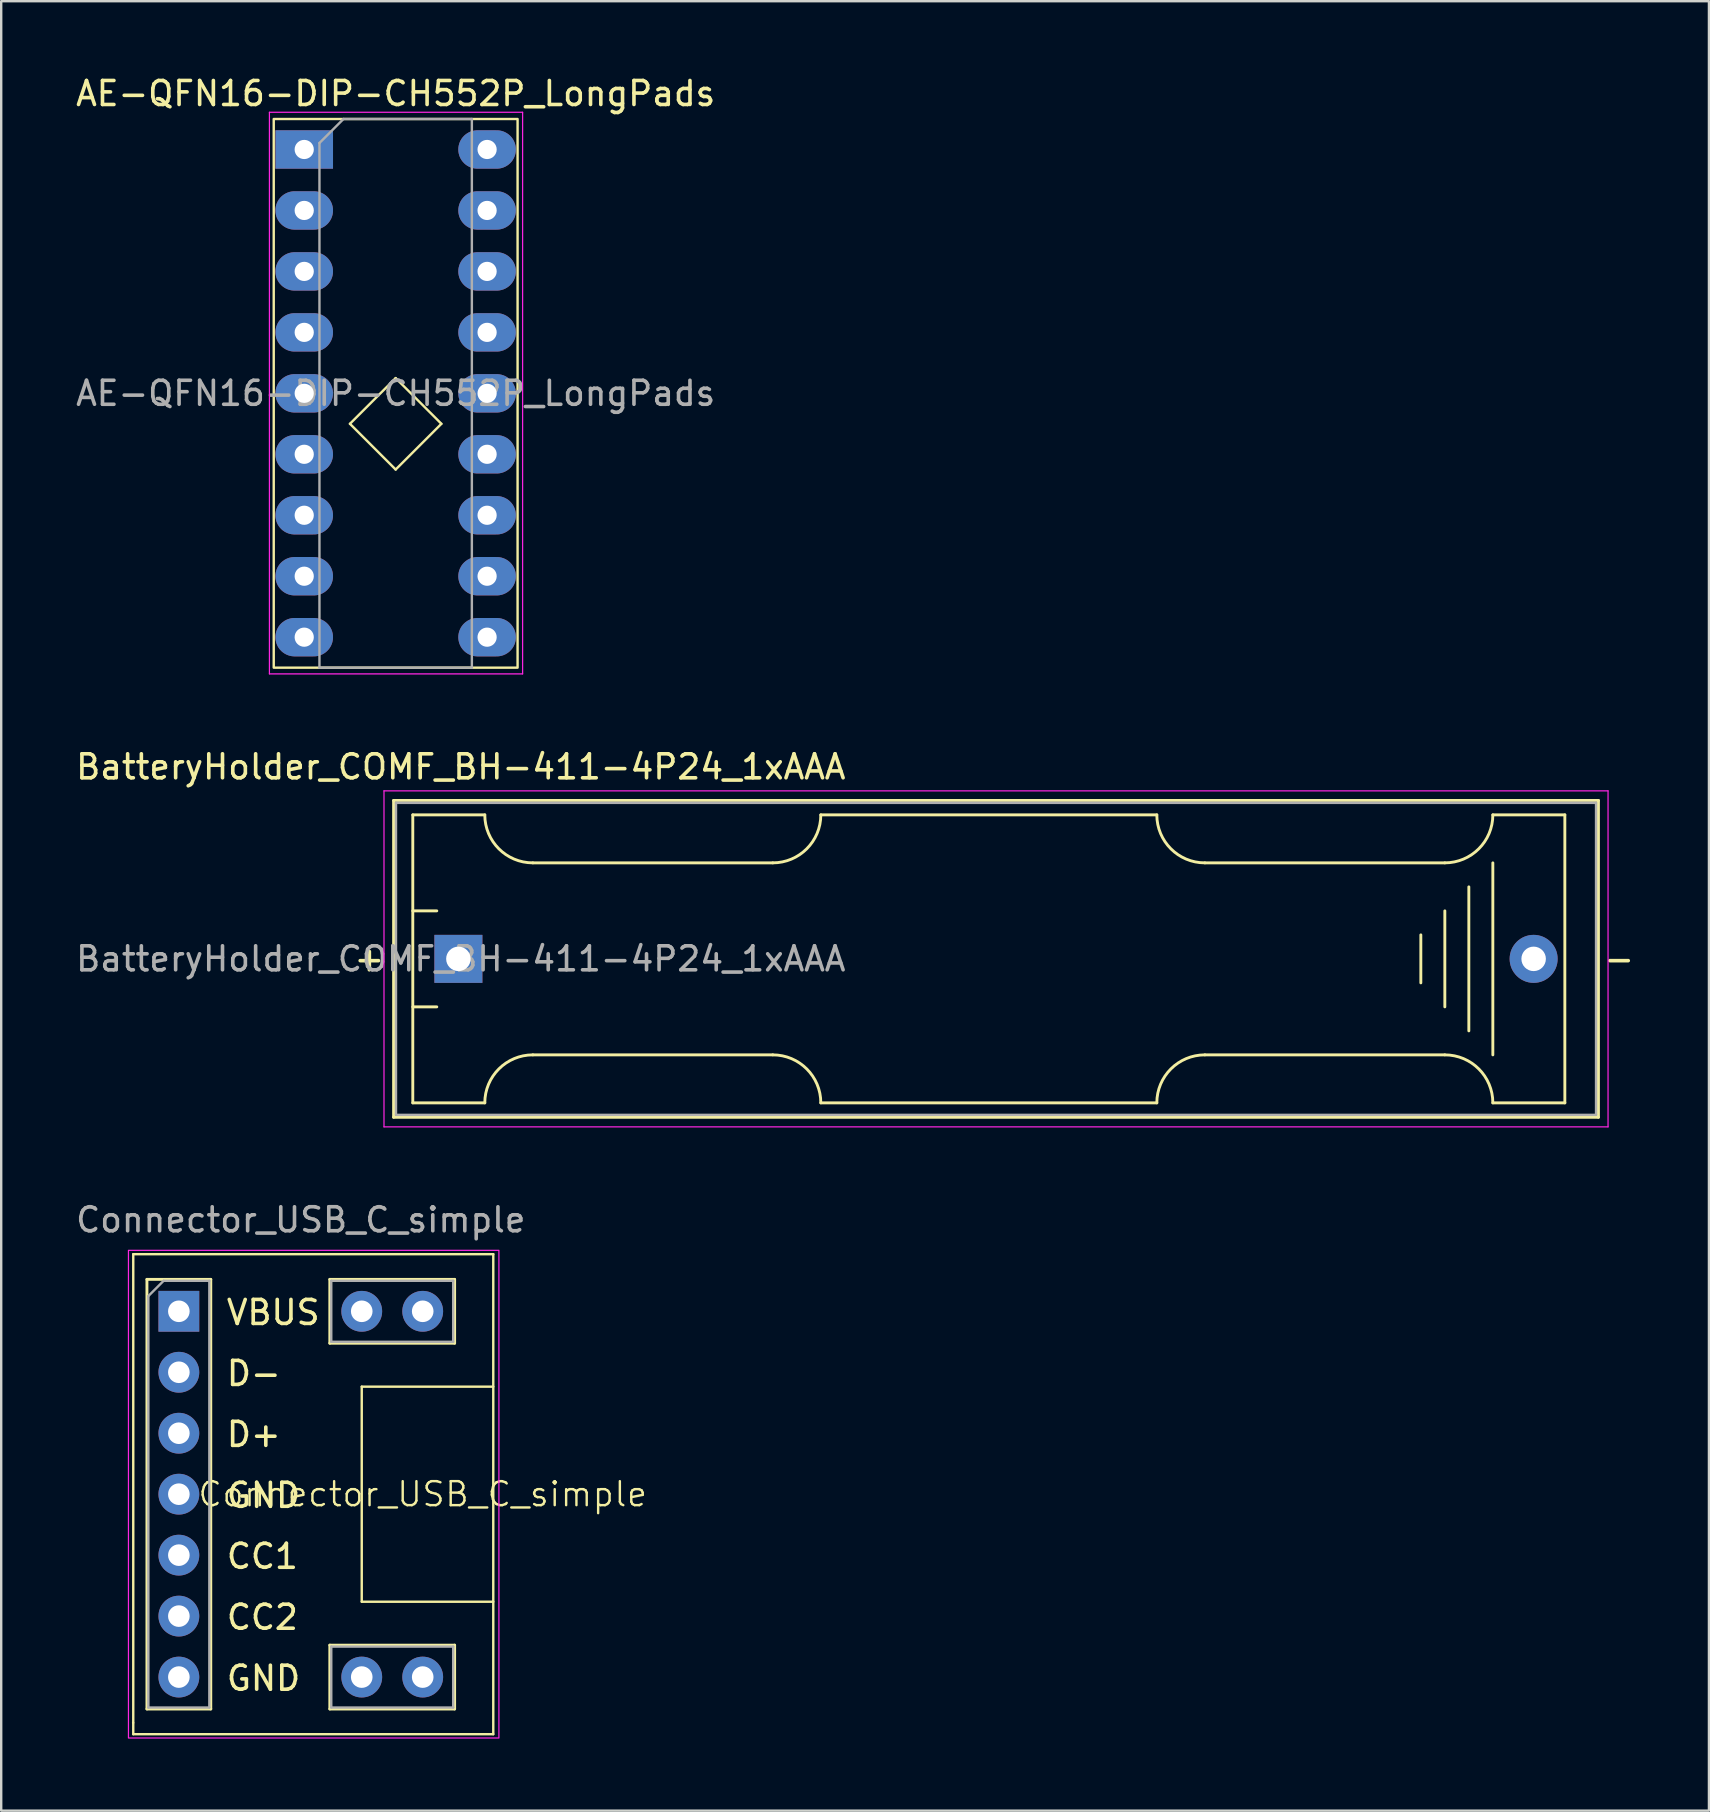
<source format=kicad_pcb>
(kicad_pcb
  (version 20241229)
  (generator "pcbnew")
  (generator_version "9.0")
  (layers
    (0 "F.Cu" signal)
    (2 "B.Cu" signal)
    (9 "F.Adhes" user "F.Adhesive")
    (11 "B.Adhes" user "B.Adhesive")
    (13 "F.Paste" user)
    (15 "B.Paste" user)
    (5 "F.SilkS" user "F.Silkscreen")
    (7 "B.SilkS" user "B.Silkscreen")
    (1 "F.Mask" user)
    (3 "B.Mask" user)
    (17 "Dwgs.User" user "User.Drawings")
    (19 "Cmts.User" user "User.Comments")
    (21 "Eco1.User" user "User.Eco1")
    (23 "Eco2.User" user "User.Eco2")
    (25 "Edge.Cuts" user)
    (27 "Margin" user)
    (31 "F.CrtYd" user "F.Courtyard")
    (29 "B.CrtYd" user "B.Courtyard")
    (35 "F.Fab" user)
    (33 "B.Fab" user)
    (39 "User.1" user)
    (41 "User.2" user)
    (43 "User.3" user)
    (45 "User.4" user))
  (footprint "BatteryHolder_COMF_BH-411-4P24_1xAAA"
    (layer "F.Cu")
    (at 16.049 36.901)
    (property "Reference" "BatteryHolder_COMF_BH-411-4P24_1xAAA" (at 0.1 -8 180) (layer "F.SilkS") (effects (font (size 1 1) (thickness 0.15))))
    (attr through_hole)
    (fp_line (start -2.7 -6.6) (end -2.7 6.6) (stroke (width 0.12) (type solid)) (layer "F.SilkS"))
    (fp_line (start -2.7 6.6) (end 47.5 6.6) (stroke (width 0.12) (type solid)) (layer "F.SilkS"))
    (fp_line (start -1.9 -6) (end -1.9 6) (stroke (width 0.12) (type solid)) (layer "F.SilkS"))
    (fp_line (start -1.9 -6) (end 1.1 -6) (stroke (width 0.12) (type solid)) (layer "F.SilkS"))
    (fp_line (start -1.9 -2) (end -0.9 -2) (stroke (width 0.12) (type solid)) (layer "F.SilkS"))
    (fp_line (start -1.9 6) (end 1.1 6) (stroke (width 0.12) (type solid)) (layer "F.SilkS"))
    (fp_line (start -0.9 2) (end -1.9 2) (stroke (width 0.12) (type solid)) (layer "F.SilkS"))
    (fp_line (start 3.1 -4) (end 13.1 -4) (stroke (width 0.12) (type solid)) (layer "F.SilkS"))
    (fp_line (start 3.1 4) (end 13.1 4) (stroke (width 0.12) (type solid)) (layer "F.SilkS"))
    (fp_line (start 15.1 6) (end 29.1 6) (stroke (width 0.12) (type solid)) (layer "F.SilkS"))
    (fp_line (start 29.1 -6) (end 15.1 -6) (stroke (width 0.12) (type solid)) (layer "F.SilkS"))
    (fp_line (start 40.1 -1) (end 40.1 1) (stroke (width 0.12) (type solid)) (layer "F.SilkS"))
    (fp_line (start 41.1 -4) (end 31.1 -4) (stroke (width 0.12) (type solid)) (layer "F.SilkS"))
    (fp_line (start 41.1 -2) (end 41.1 2) (stroke (width 0.12) (type solid)) (layer "F.SilkS"))
    (fp_line (start 41.1 4) (end 31.1 4) (stroke (width 0.12) (type solid)) (layer "F.SilkS"))
    (fp_line (start 42.1 3) (end 42.1 -3) (stroke (width 0.12) (type solid)) (layer "F.SilkS"))
    (fp_line (start 43.1 -4) (end 43.1 4) (stroke (width 0.12) (type solid)) (layer "F.SilkS"))
    (fp_line (start 46.1 -6) (end 43.1 -6) (stroke (width 0.12) (type solid)) (layer "F.SilkS"))
    (fp_line (start 46.1 -6) (end 46.1 6) (stroke (width 0.12) (type solid)) (layer "F.SilkS"))
    (fp_line (start 46.1 6) (end 43.1 6) (stroke (width 0.12) (type solid)) (layer "F.SilkS"))
    (fp_line (start 47.5 -6.6) (end -2.7 -6.6) (stroke (width 0.12) (type solid)) (layer "F.SilkS"))
    (fp_line (start 47.5 6.6) (end 47.5 -6.6) (stroke (width 0.12) (type solid)) (layer "F.SilkS"))
    (fp_arc (start 1.1 6) (mid 1.685786 4.585786) (end 3.1 4) (stroke (width 0.12) (type solid)) (layer "F.SilkS"))
    (fp_arc (start 3.1 -4) (mid 1.685786 -4.585786) (end 1.1 -6) (stroke (width 0.12) (type solid)) (layer "F.SilkS"))
    (fp_arc (start 13.1 4) (mid 14.514214 4.585786) (end 15.1 6) (stroke (width 0.12) (type solid)) (layer "F.SilkS"))
    (fp_arc (start 15.1 -6) (mid 14.514214 -4.585786) (end 13.1 -4) (stroke (width 0.12) (type solid)) (layer "F.SilkS"))
    (fp_arc (start 29.1 6) (mid 29.685786 4.585786) (end 31.1 4) (stroke (width 0.12) (type solid)) (layer "F.SilkS"))
    (fp_arc (start 31.1 -4) (mid 29.685786 -4.585786) (end 29.1 -6) (stroke (width 0.12) (type solid)) (layer "F.SilkS"))
    (fp_arc (start 41.1 4) (mid 42.514214 4.585786) (end 43.1 6) (stroke (width 0.12) (type solid)) (layer "F.SilkS"))
    (fp_arc (start 43.1 -6) (mid 42.514214 -4.585786) (end 41.1 -4) (stroke (width 0.12) (type solid)) (layer "F.SilkS"))
    (fp_line (start -3.1 -7) (end -3.1 7) (stroke (width 0.05) (type solid)) (layer "F.CrtYd"))
    (fp_line (start -3.1 7) (end 47.9 7) (stroke (width 0.05) (type solid)) (layer "F.CrtYd"))
    (fp_line (start 47.9 -7) (end -3.1 -7) (stroke (width 0.05) (type solid)) (layer "F.CrtYd"))
    (fp_line (start 47.9 7) (end 47.9 -7) (stroke (width 0.05) (type solid)) (layer "F.CrtYd"))
    (fp_line (start -2.6 -6.5) (end 47.4 -6.5) (stroke (width 0.1) (type solid)) (layer "F.Fab"))
    (fp_line (start -2.6 0) (end -2.6 -6.5) (stroke (width 0.1) (type solid)) (layer "F.Fab"))
    (fp_line (start -2.6 6.5) (end -2.6 0) (stroke (width 0.1) (type solid)) (layer "F.Fab"))
    (fp_line (start 47.4 -6.5) (end 47.4 6.5) (stroke (width 0.1) (type solid)) (layer "F.Fab"))
    (fp_line (start 47.4 6.5) (end -2.6 6.5) (stroke (width 0.1) (type solid)) (layer "F.Fab"))
    (fp_text user "-" (at 48.36 0 0) (layer "F.SilkS") (effects (font (size 1 1) (thickness 0.15))))
    (fp_text user "+" (at -3.71 0 0) (layer "F.SilkS") (effects (font (size 1 1) (thickness 0.15))))
    (fp_text user "${REFERENCE}" (at 0.1 0 0) (layer "F.Fab") (effects (font (size 1 1) (thickness 0.15))))
    (pad "1" thru_hole rect (at 0 0) (size 2 2) (drill 1.02) (layers "*.Cu" "*.Mask"))
    (pad "2" thru_hole circle (at 44.8 0) (size 2 2) (drill 1.02) (layers "*.Cu" "*.Mask")))
  (footprint "Connector_USB_C_simple"
    (layer "F.Cu")
    (at 4.402 51.585)
    (property "Reference" "Connector_USB_C_simple" (at 10.16 7.62 0) (unlocked yes) (layer "F.SilkS") (effects (font (size 1 1) (thickness 0.1))))
    (attr through_hole)
    (fp_line (start -1.905 17.145) (end -1.905 17.145) (stroke (width 0.1) (type default)) (layer "F.SilkS"))
    (fp_line (start -1.9 -2.38) (end -1.9 17.62) (stroke (width 0.1) (type default)) (layer "F.SilkS"))
    (fp_line (start -1.9 -2.38) (end 13.1 -2.38) (stroke (width 0.1) (type default)) (layer "F.SilkS"))
    (fp_line (start -1.33 -1.33) (end -1.33 16.57) (stroke (width 0.12) (type solid)) (layer "F.SilkS"))
    (fp_line (start -1.33 -1.33) (end 1.33 -1.33) (stroke (width 0.12) (type solid)) (layer "F.SilkS"))
    (fp_line (start -1.33 16.57) (end 1.33 16.57) (stroke (width 0.12) (type solid)) (layer "F.SilkS"))
    (fp_line (start 1.33 -1.33) (end 1.33 16.57) (stroke (width 0.12) (type solid)) (layer "F.SilkS"))
    (fp_line (start 6.29 -1.33) (end 6.29 1.33) (stroke (width 0.12) (type solid)) (layer "F.SilkS"))
    (fp_line (start 6.29 13.91) (end 6.29 16.57) (stroke (width 0.12) (type solid)) (layer "F.SilkS"))
    (fp_line (start 7.62 3.14) (end 7.62 12.1) (stroke (width 0.1) (type default)) (layer "F.SilkS"))
    (fp_line (start 11.49 -1.33) (end 6.29 -1.33) (stroke (width 0.12) (type solid)) (layer "F.SilkS"))
    (fp_line (start 11.49 -1.33) (end 11.49 1.33) (stroke (width 0.12) (type solid)) (layer "F.SilkS"))
    (fp_line (start 11.49 1.33) (end 6.29 1.33) (stroke (width 0.12) (type solid)) (layer "F.SilkS"))
    (fp_line (start 11.49 13.91) (end 6.29 13.91) (stroke (width 0.12) (type solid)) (layer "F.SilkS"))
    (fp_line (start 11.49 13.91) (end 11.49 16.57) (stroke (width 0.12) (type solid)) (layer "F.SilkS"))
    (fp_line (start 11.49 16.57) (end 6.29 16.57) (stroke (width 0.12) (type solid)) (layer "F.SilkS"))
    (fp_line (start 13.1 -2.38) (end 13.1 17.62) (stroke (width 0.1) (type default)) (layer "F.SilkS"))
    (fp_line (start 13.1 3.14) (end 7.62 3.14) (stroke (width 0.1) (type default)) (layer "F.SilkS"))
    (fp_line (start 13.1 12.1) (end 7.62 12.1) (stroke (width 0.1) (type default)) (layer "F.SilkS"))
    (fp_line (start 13.1 17.62) (end -1.9 17.62) (stroke (width 0.1) (type default)) (layer "F.SilkS"))
    (fp_rect (start -2.1 -2.54) (end 13.335 17.78) (stroke (width 0.05) (type default)) (fill no) (layer "F.CrtYd"))
    (fp_line (start -1.27 -0.635) (end -0.635 -1.27) (stroke (width 0.1) (type solid)) (layer "F.Fab"))
    (fp_line (start -1.27 16.51) (end -1.27 -0.635) (stroke (width 0.1) (type solid)) (layer "F.Fab"))
    (fp_line (start -0.635 -1.27) (end 1.27 -1.27) (stroke (width 0.1) (type solid)) (layer "F.Fab"))
    (fp_line (start 1.27 -1.27) (end 1.27 16.51) (stroke (width 0.1) (type solid)) (layer "F.Fab"))
    (fp_line (start 1.27 16.51) (end -1.27 16.51) (stroke (width 0.1) (type solid)) (layer "F.Fab"))
    (fp_line (start 6.35 -1.27) (end 11.43 -1.27) (stroke (width 0.1) (type solid)) (layer "F.Fab"))
    (fp_line (start 6.35 1.27) (end 6.35 -1.27) (stroke (width 0.1) (type solid)) (layer "F.Fab"))
    (fp_line (start 6.35 13.97) (end 11.43 13.97) (stroke (width 0.1) (type solid)) (layer "F.Fab"))
    (fp_line (start 6.35 16.51) (end 6.35 13.97) (stroke (width 0.1) (type solid)) (layer "F.Fab"))
    (fp_line (start 11.43 -1.27) (end 11.43 1.27) (stroke (width 0.1) (type solid)) (layer "F.Fab"))
    (fp_line (start 11.43 1.27) (end 6.35 1.27) (stroke (width 0.1) (type solid)) (layer "F.Fab"))
    (fp_line (start 11.43 13.97) (end 11.43 16.51) (stroke (width 0.1) (type solid)) (layer "F.Fab"))
    (fp_line (start 11.43 16.51) (end 6.35 16.51) (stroke (width 0.1) (type solid)) (layer "F.Fab"))
    (fp_text user "GND" (at 1.905 8.255 0) (unlocked yes) (layer "F.SilkS") (effects (font (size 1 1) (thickness 0.15)) (justify left bottom)))
    (fp_text user "GND" (at 1.905 15.875 0) (unlocked yes) (layer "F.SilkS") (effects (font (size 1 1) (thickness 0.15)) (justify left bottom)))
    (fp_text user "VBUS" (at 1.905 0.635 0) (unlocked yes) (layer "F.SilkS") (effects (font (size 1 1) (thickness 0.15)) (justify left bottom)))
    (fp_text user "D-" (at 1.905 3.175 0) (unlocked yes) (layer "F.SilkS") (effects (font (size 1 1) (thickness 0.15)) (justify left bottom)))
    (fp_text user "CC2" (at 1.905 13.335 0) (unlocked yes) (layer "F.SilkS") (effects (font (size 1 1) (thickness 0.15)) (justify left bottom)))
    (fp_text user "CC1" (at 1.905 10.795 0) (unlocked yes) (layer "F.SilkS") (effects (font (size 1 1) (thickness 0.15)) (justify left bottom)))
    (fp_text user "D+" (at 1.905 5.715 0) (unlocked yes) (layer "F.SilkS") (effects (font (size 1 1) (thickness 0.15)) (justify left bottom)))
    (fp_text user "${REFERENCE}" (at 5.08 -3.81 0) (unlocked yes) (layer "F.Fab") (effects (font (size 1 1) (thickness 0.15))))
    (pad "" thru_hole oval (at 7.62 0 270) (size 1.7 1.7) (drill 0.9) (layers "*.Cu" "*.Mask"))
    (pad "" thru_hole oval (at 7.62 15.24 270) (size 1.7 1.7) (drill 0.9) (layers "*.Cu" "*.Mask"))
    (pad "" thru_hole oval (at 10.16 0 270) (size 1.7 1.7) (drill 0.9) (layers "*.Cu" "*.Mask"))
    (pad "" thru_hole oval (at 10.16 15.24 270) (size 1.7 1.7) (drill 0.9) (layers "*.Cu" "*.Mask"))
    (pad "1" thru_hole rect (at 0 0) (size 1.7 1.7) (drill 0.9) (layers "*.Cu" "*.Mask"))
    (pad "2" thru_hole oval (at 0 2.54) (size 1.7 1.7) (drill 0.9) (layers "*.Cu" "*.Mask"))
    (pad "3" thru_hole oval (at 0 5.08) (size 1.7 1.7) (drill 0.9) (layers "*.Cu" "*.Mask"))
    (pad "4" thru_hole oval (at 0 7.62) (size 1.7 1.7) (drill 0.9) (layers "*.Cu" "*.Mask"))
    (pad "5" thru_hole oval (at 0 10.16) (size 1.7 1.7) (drill 0.9) (layers "*.Cu" "*.Mask"))
    (pad "6" thru_hole oval (at 0 12.7) (size 1.7 1.7) (drill 0.9) (layers "*.Cu" "*.Mask"))
    (pad "7" thru_hole oval (at 0 15.24) (size 1.7 1.7) (drill 0.9) (layers "*.Cu" "*.Mask")))
  (footprint "AE-QFN16-DIP-CH552P_LongPads"
    (layer "F.Cu")
    (at 9.625 3.178)
    (property "Reference" "AE-QFN16-DIP-CH552P_LongPads" (at 3.81 -2.33 0) (layer "F.SilkS") (effects (font (size 1 1) (thickness 0.15))))
    (attr through_hole)
    (fp_line (start 1.905 11.43) (end 3.81 9.525) (stroke (width 0.1) (type default)) (layer "F.SilkS"))
    (fp_line (start 3.81 9.525) (end 5.715 11.43) (stroke (width 0.1) (type default)) (layer "F.SilkS"))
    (fp_line (start 3.81 13.335) (end 1.905 11.43) (stroke (width 0.1) (type default)) (layer "F.SilkS"))
    (fp_line (start 5.715 11.43) (end 3.81 13.335) (stroke (width 0.1) (type default)) (layer "F.SilkS"))
    (fp_rect (start -1.27 -1.27) (end 8.89 21.59) (stroke (width 0.1) (type default)) (fill no) (layer "F.SilkS"))
    (fp_line (start -1.45 -1.55) (end -1.45 21.85) (stroke (width 0.05) (type solid)) (layer "F.CrtYd"))
    (fp_line (start -1.45 21.85) (end 9.1 21.85) (stroke (width 0.05) (type solid)) (layer "F.CrtYd"))
    (fp_line (start 9.1 -1.55) (end -1.45 -1.55) (stroke (width 0.05) (type solid)) (layer "F.CrtYd"))
    (fp_line (start 9.1 21.85) (end 9.1 -1.55) (stroke (width 0.05) (type solid)) (layer "F.CrtYd"))
    (fp_line (start 0.635 -0.27) (end 1.635 -1.27) (stroke (width 0.1) (type solid)) (layer "F.Fab"))
    (fp_line (start 0.635 21.59) (end 0.635 -0.27) (stroke (width 0.1) (type solid)) (layer "F.Fab"))
    (fp_line (start 1.635 -1.27) (end 6.985 -1.27) (stroke (width 0.1) (type solid)) (layer "F.Fab"))
    (fp_line (start 6.985 -1.27) (end 6.985 21.59) (stroke (width 0.1) (type solid)) (layer "F.Fab"))
    (fp_line (start 6.985 21.59) (end 0.635 21.59) (stroke (width 0.1) (type solid)) (layer "F.Fab"))
    (fp_text user "${REFERENCE}" (at 3.81 10.16 0) (layer "F.Fab") (effects (font (size 1 1) (thickness 0.15))))
    (pad "0" thru_hole rect (at 0 0) (size 2.4 1.6) (drill 0.8) (layers "*.Cu" "*.Mask"))
    (pad "0" thru_hole oval (at 7.62 0) (size 2.4 1.6) (drill 0.8) (layers "*.Cu" "*.Mask"))
    (pad "1" thru_hole oval (at 0 2.54) (size 2.4 1.6) (drill 0.8) (layers "*.Cu" "*.Mask"))
    (pad "2" thru_hole oval (at 0 5.08) (size 2.4 1.6) (drill 0.8) (layers "*.Cu" "*.Mask"))
    (pad "3" thru_hole oval (at 0 7.62) (size 2.4 1.6) (drill 0.8) (layers "*.Cu" "*.Mask"))
    (pad "4" thru_hole oval (at 0 10.16) (size 2.4 1.6) (drill 0.8) (layers "*.Cu" "*.Mask"))
    (pad "5" thru_hole oval (at 0 12.7) (size 2.4 1.6) (drill 0.8) (layers "*.Cu" "*.Mask"))
    (pad "6" thru_hole oval (at 0 15.24) (size 2.4 1.6) (drill 0.8) (layers "*.Cu" "*.Mask"))
    (pad "7" thru_hole oval (at 0 17.78) (size 2.4 1.6) (drill 0.8) (layers "*.Cu" "*.Mask"))
    (pad "8" thru_hole oval (at 0 20.32) (size 2.4 1.6) (drill 0.8) (layers "*.Cu" "*.Mask"))
    (pad "9" thru_hole oval (at 7.62 20.32) (size 2.4 1.6) (drill 0.8) (layers "*.Cu" "*.Mask"))
    (pad "10" thru_hole oval (at 7.62 17.78) (size 2.4 1.6) (drill 0.8) (layers "*.Cu" "*.Mask"))
    (pad "11" thru_hole oval (at 7.62 15.24) (size 2.4 1.6) (drill 0.8) (layers "*.Cu" "*.Mask"))
    (pad "12" thru_hole oval (at 7.62 12.7) (size 2.4 1.6) (drill 0.8) (layers "*.Cu" "*.Mask"))
    (pad "13" thru_hole oval (at 7.62 10.16) (size 2.4 1.6) (drill 0.8) (layers "*.Cu" "*.Mask"))
    (pad "14" thru_hole oval (at 7.62 7.62) (size 2.4 1.6) (drill 0.8) (layers "*.Cu" "*.Mask"))
    (pad "15" thru_hole oval (at 7.62 5.08) (size 2.4 1.6) (drill 0.8) (layers "*.Cu" "*.Mask"))
    (pad "16" thru_hole oval (at 7.62 2.54) (size 2.4 1.6) (drill 0.8) (layers "*.Cu" "*.Mask")))
  (gr_rect
    (start -3 -3)
    (end 68.153 72.39)
    (stroke (width 0.1) (type default))
    (fill no)
    (layer "Edge.Cuts")))
</source>
